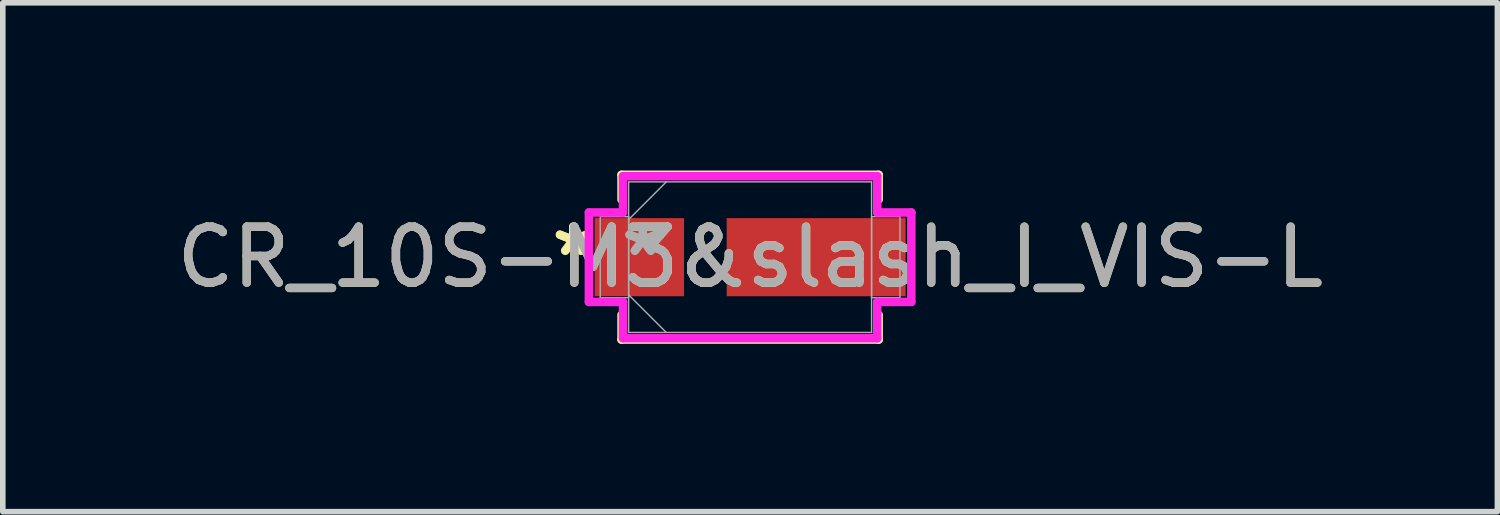
<source format=kicad_pcb>
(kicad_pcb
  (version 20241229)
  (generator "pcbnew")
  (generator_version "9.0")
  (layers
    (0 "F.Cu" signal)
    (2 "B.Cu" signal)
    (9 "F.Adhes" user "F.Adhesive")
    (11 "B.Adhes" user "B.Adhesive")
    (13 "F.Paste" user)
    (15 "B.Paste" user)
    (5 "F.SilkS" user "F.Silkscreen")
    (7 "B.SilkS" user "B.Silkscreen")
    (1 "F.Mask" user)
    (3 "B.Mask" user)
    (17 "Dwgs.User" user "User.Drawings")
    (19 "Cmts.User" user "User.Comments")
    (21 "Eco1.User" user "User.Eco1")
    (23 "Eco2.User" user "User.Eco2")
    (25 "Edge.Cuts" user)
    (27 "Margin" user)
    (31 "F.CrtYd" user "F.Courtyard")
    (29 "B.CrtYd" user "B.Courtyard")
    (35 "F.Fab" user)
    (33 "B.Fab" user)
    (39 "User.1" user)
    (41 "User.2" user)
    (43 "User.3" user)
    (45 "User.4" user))
  (footprint "CR_10S-M3&slash_I_VIS-L"
    (layer "F.Cu")
    (at 10.363 1.549)
    (property "Reference" "CR_10S-M3&slash_I_VIS-L" (at 0 0 0) (unlocked yes) (layer "F.SilkS") (effects (font (size 1 1) (thickness 0.15))))
    (attr smd)
    (fp_line (start -2.299 -1.473) (end -2.299 -1.031) (stroke (width 0.152) (type solid)) (layer "F.SilkS"))
    (fp_line (start -2.299 1.031) (end -2.299 1.473) (stroke (width 0.152) (type solid)) (layer "F.SilkS"))
    (fp_line (start -2.299 1.473) (end 2.299 1.473) (stroke (width 0.152) (type solid)) (layer "F.SilkS"))
    (fp_line (start 2.299 -1.473) (end -2.299 -1.473) (stroke (width 0.152) (type solid)) (layer "F.SilkS"))
    (fp_line (start 2.299 -1.031) (end 2.299 -1.473) (stroke (width 0.152) (type solid)) (layer "F.SilkS"))
    (fp_line (start 2.299 1.473) (end 2.299 1.031) (stroke (width 0.152) (type solid)) (layer "F.SilkS"))
    (fp_line (start -2.883 -0.8) (end -2.273 -0.8) (stroke (width 0.152) (type solid)) (layer "F.CrtYd"))
    (fp_line (start -2.883 0.8) (end -2.883 -0.8) (stroke (width 0.152) (type solid)) (layer "F.CrtYd"))
    (fp_line (start -2.273 -1.448) (end 2.273 -1.448) (stroke (width 0.152) (type solid)) (layer "F.CrtYd"))
    (fp_line (start -2.273 -0.8) (end -2.273 -1.448) (stroke (width 0.152) (type solid)) (layer "F.CrtYd"))
    (fp_line (start -2.273 0.8) (end -2.883 0.8) (stroke (width 0.152) (type solid)) (layer "F.CrtYd"))
    (fp_line (start -2.273 1.448) (end -2.273 0.8) (stroke (width 0.152) (type solid)) (layer "F.CrtYd"))
    (fp_line (start 2.273 -1.448) (end 2.273 -0.8) (stroke (width 0.152) (type solid)) (layer "F.CrtYd"))
    (fp_line (start 2.273 -0.8) (end 2.883 -0.8) (stroke (width 0.152) (type solid)) (layer "F.CrtYd"))
    (fp_line (start 2.273 0.8) (end 2.273 1.448) (stroke (width 0.152) (type solid)) (layer "F.CrtYd"))
    (fp_line (start 2.273 1.448) (end -2.273 1.448) (stroke (width 0.152) (type solid)) (layer "F.CrtYd"))
    (fp_line (start 2.883 -0.8) (end 2.883 0.8) (stroke (width 0.152) (type solid)) (layer "F.CrtYd"))
    (fp_line (start 2.883 0.8) (end 2.273 0.8) (stroke (width 0.152) (type solid)) (layer "F.CrtYd"))
    (fp_line (start -2.68 -0.724) (end -2.68 0.724) (stroke (width 0.025) (type solid)) (layer "F.Fab"))
    (fp_line (start -2.68 0.724) (end -2.172 0.724) (stroke (width 0.025) (type solid)) (layer "F.Fab"))
    (fp_line (start -2.172 -1.346) (end -2.172 1.346) (stroke (width 0.025) (type solid)) (layer "F.Fab"))
    (fp_line (start -2.172 -0.724) (end -2.68 -0.724) (stroke (width 0.025) (type solid)) (layer "F.Fab"))
    (fp_line (start -2.172 -0.673) (end -1.499 -1.346) (stroke (width 0.025) (type solid)) (layer "F.Fab"))
    (fp_line (start -2.172 0.673) (end -1.499 1.346) (stroke (width 0.025) (type solid)) (layer "F.Fab"))
    (fp_line (start -2.172 0.724) (end -2.172 -0.724) (stroke (width 0.025) (type solid)) (layer "F.Fab"))
    (fp_line (start -2.172 1.346) (end 2.172 1.346) (stroke (width 0.025) (type solid)) (layer "F.Fab"))
    (fp_line (start 2.172 -1.346) (end -2.172 -1.346) (stroke (width 0.025) (type solid)) (layer "F.Fab"))
    (fp_line (start 2.172 -0.724) (end 2.172 0.724) (stroke (width 0.025) (type solid)) (layer "F.Fab"))
    (fp_line (start 2.172 0.724) (end 2.68 0.724) (stroke (width 0.025) (type solid)) (layer "F.Fab"))
    (fp_line (start 2.172 1.346) (end 2.172 -1.346) (stroke (width 0.025) (type solid)) (layer "F.Fab"))
    (fp_line (start 2.68 -0.724) (end 2.172 -0.724) (stroke (width 0.025) (type solid)) (layer "F.Fab"))
    (fp_line (start 2.68 0.724) (end 2.68 -0.724) (stroke (width 0.025) (type solid)) (layer "F.Fab"))
    (fp_text user "*" (at -3.162 0 0) (unlocked yes) (layer "F.SilkS") (effects (font (size 1 1) (thickness 0.15))))
    (fp_text user "*" (at -3.162 0 0) (layer "F.SilkS") (effects (font (size 1 1) (thickness 0.15))))
    (fp_text user "*" (at -1.918 0 0) (layer "F.Fab") (effects (font (size 1 1) (thickness 0.15))))
    (fp_text user "*" (at -1.918 0 0) (unlocked yes) (layer "F.Fab") (effects (font (size 1 1) (thickness 0.15))))
    (fp_text user "${REFERENCE}" (at 0 0 0) (unlocked yes) (layer "F.Fab") (effects (font (size 1 1) (thickness 0.15))))
    (pad "1" smd rect (at -1.981 0) (size 1.6 1.397) (layers "F.Cu" "F.Mask" "F.Paste"))
    (pad "2" smd rect (at 1.181 0) (size 3.2 1.397) (layers "F.Cu" "F.Mask" "F.Paste"))
    (zone (net_name "") (layer "F.Cu") (hatch full 0.508) (connect_pads) (min_thickness 0.254) (filled_areas_thickness no) (keepout (tracks not_allowed) (vias not_allowed) (pads allowed) (copperpour not_allowed) (footprints allowed)) (placement (enabled no)) (fill) (polygon (pts (xy 9.233 0.254) (xy 9.893 0.254) (xy 9.893 2.845) (xy 9.233 2.845)))))
  (gr_rect
    (start -3 -3)
    (end 23.726 6.099)
    (stroke (width 0.1) (type default))
    (fill no)
    (layer "Edge.Cuts")))
</source>
